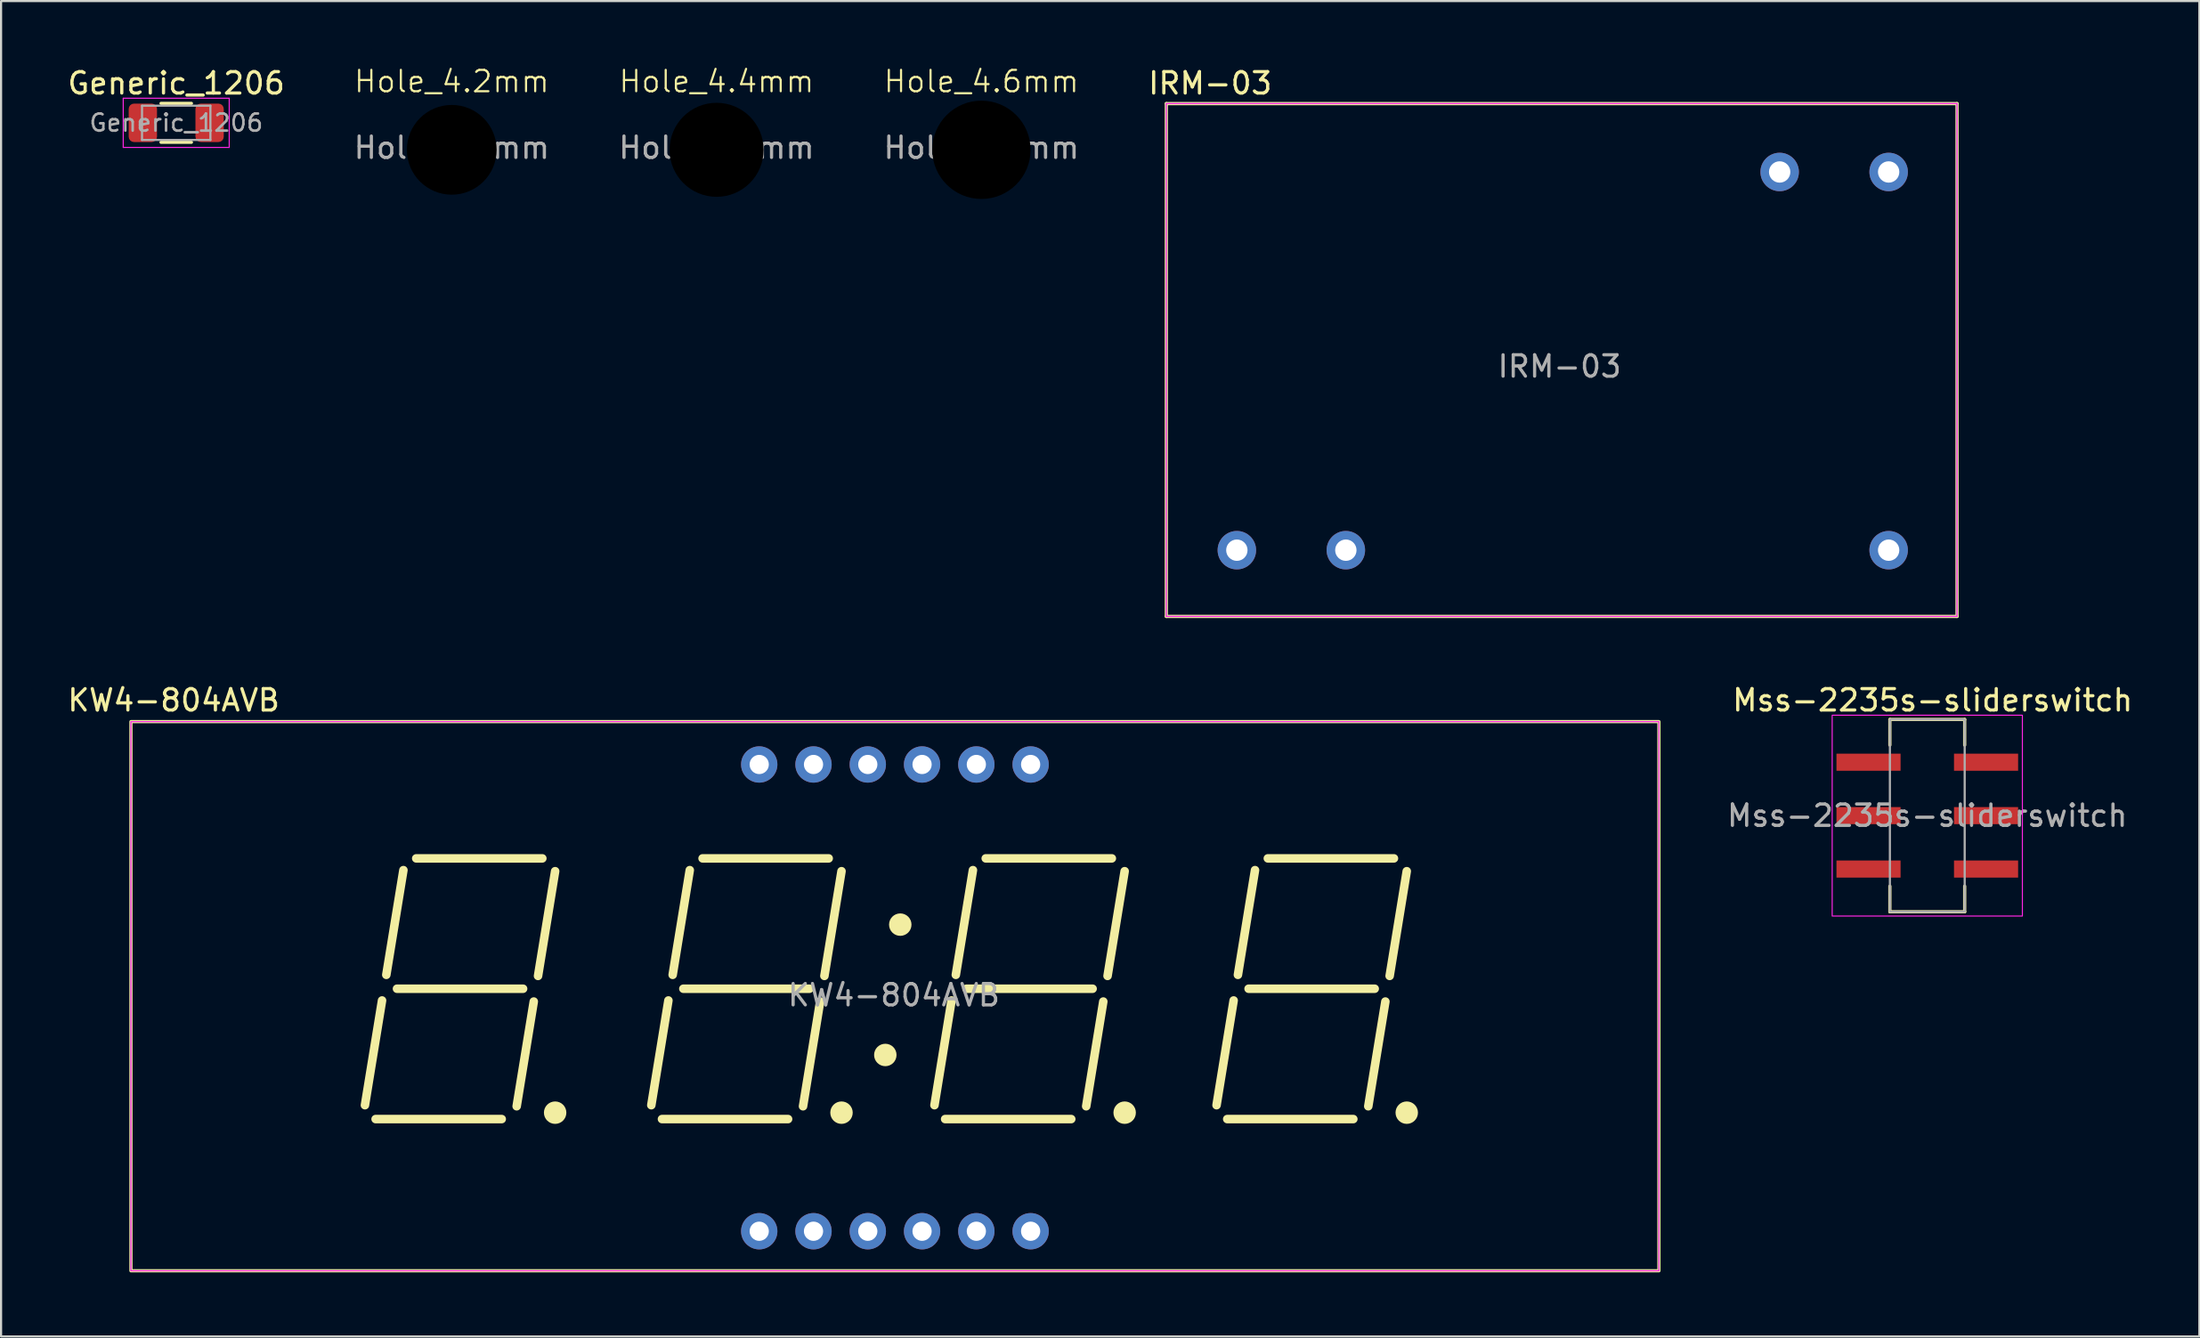
<source format=kicad_pcb>
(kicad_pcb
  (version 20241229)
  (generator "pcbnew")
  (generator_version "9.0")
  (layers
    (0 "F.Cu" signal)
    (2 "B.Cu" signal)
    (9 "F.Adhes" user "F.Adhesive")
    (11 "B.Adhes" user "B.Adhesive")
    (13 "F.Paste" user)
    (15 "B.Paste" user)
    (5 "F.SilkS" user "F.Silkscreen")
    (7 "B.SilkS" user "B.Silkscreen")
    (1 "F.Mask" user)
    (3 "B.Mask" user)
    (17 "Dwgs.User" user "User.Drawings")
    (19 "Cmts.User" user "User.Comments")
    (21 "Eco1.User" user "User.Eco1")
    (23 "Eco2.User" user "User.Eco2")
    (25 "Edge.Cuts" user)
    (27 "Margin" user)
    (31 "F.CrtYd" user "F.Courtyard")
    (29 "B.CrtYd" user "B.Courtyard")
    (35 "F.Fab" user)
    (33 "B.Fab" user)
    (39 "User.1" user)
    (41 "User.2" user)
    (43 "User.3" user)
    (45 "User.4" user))
  (footprint "Hole_4.6mm"
    (layer "F.Cu")
    (at 42.875 3.961)
    (property "Reference" "Hole_4.6mm" (at 0 -3.2 0) (unlocked yes) (layer "F.SilkS") (effects (font (size 1 1) (thickness 0.1))))
    (fp_text user "${REFERENCE}" (at 0 -0.1 0) (unlocked yes) (layer "F.Fab") (effects (font (size 1 1) (thickness 0.15))))
    (pad "" np_thru_hole circle (at 0 0) (size 4.8 4.8) (drill 4.6) (layers "*.Mask")))
  (footprint "Generic_1206"
    (layer "F.Cu")
    (at 5.196 2.698)
    (property "Reference" "Generic_1206" (at 0 -1.85 0) (layer "F.SilkS") (effects (font (size 1 1) (thickness 0.15))))
    (attr smd)
    (fp_line (start -0.711 -0.91) (end 0.711 -0.91) (stroke (width 0.15) (type solid)) (layer "F.SilkS"))
    (fp_line (start -0.711 0.91) (end 0.711 0.91) (stroke (width 0.15) (type solid)) (layer "F.SilkS"))
    (fp_line (start -2.48 -1.15) (end 2.48 -1.15) (stroke (width 0.05) (type solid)) (layer "F.CrtYd"))
    (fp_line (start -2.48 1.15) (end -2.48 -1.15) (stroke (width 0.05) (type solid)) (layer "F.CrtYd"))
    (fp_line (start 2.48 -1.15) (end 2.48 1.15) (stroke (width 0.05) (type solid)) (layer "F.CrtYd"))
    (fp_line (start 2.48 1.15) (end -2.48 1.15) (stroke (width 0.05) (type solid)) (layer "F.CrtYd"))
    (fp_line (start -1.6 -0.8) (end 1.6 -0.8) (stroke (width 0.1) (type solid)) (layer "F.Fab"))
    (fp_line (start -1.6 0.8) (end -1.6 -0.8) (stroke (width 0.1) (type solid)) (layer "F.Fab"))
    (fp_line (start 1.6 -0.8) (end 1.6 0.8) (stroke (width 0.1) (type solid)) (layer "F.Fab"))
    (fp_line (start 1.6 0.8) (end -1.6 0.8) (stroke (width 0.1) (type solid)) (layer "F.Fab"))
    (fp_text user "${REFERENCE}" (at 0 0 0) (layer "F.Fab") (effects (font (size 0.8 0.8) (thickness 0.12))))
    (pad "1" smd roundrect (at -1.562 0) (size 1.325 1.8) (layers "F.Cu" "F.Mask" "F.Paste") (roundrect_rratio 0.189))
    (pad "2" smd roundrect (at 1.562 0) (size 1.325 1.8) (layers "F.Cu" "F.Mask" "F.Paste") (roundrect_rratio 0.189)))
  (footprint "IRM-03"
    (layer "F.Cu")
    (at 70.027 13.798)
    (property "Reference" "IRM-03" (at -16.45 -12.95 0) (unlocked yes) (layer "F.SilkS") (effects (font (size 1 1) (thickness 0.15))))
    (attr through_hole)
    (fp_line (start -18.5 -12) (end 18.5 -12) (stroke (width 0.15) (type default)) (layer "F.SilkS"))
    (fp_line (start -18.5 12) (end -18.5 -12) (stroke (width 0.15) (type default)) (layer "F.SilkS"))
    (fp_line (start 18.5 -12) (end 18.5 12) (stroke (width 0.15) (type default)) (layer "F.SilkS"))
    (fp_line (start 18.5 12) (end -18.5 12) (stroke (width 0.15) (type default)) (layer "F.SilkS"))
    (fp_line (start -18.5 -12) (end 18.5 -12) (stroke (width 0.05) (type default)) (layer "F.CrtYd"))
    (fp_line (start -18.5 12) (end -18.5 -12) (stroke (width 0.05) (type default)) (layer "F.CrtYd"))
    (fp_line (start 18.5 -12) (end 18.5 12) (stroke (width 0.05) (type default)) (layer "F.CrtYd"))
    (fp_line (start 18.5 12) (end -18.5 12) (stroke (width 0.05) (type default)) (layer "F.CrtYd"))
    (fp_line (start -18.5 -12) (end 18.5 -12) (stroke (width 0.05) (type default)) (layer "F.Fab"))
    (fp_line (start -18.5 12) (end -18.5 -12) (stroke (width 0.05) (type default)) (layer "F.Fab"))
    (fp_line (start 18.5 -12) (end 18.5 12) (stroke (width 0.05) (type default)) (layer "F.Fab"))
    (fp_line (start 18.5 12) (end -18.5 12) (stroke (width 0.05) (type default)) (layer "F.Fab"))
    (fp_text user "${REFERENCE}" (at -0.1 0.3 0) (unlocked yes) (layer "F.Fab") (effects (font (size 1 1) (thickness 0.15))))
    (pad "1" thru_hole circle (at -15.2 8.9) (size 1.8 1.8) (drill 1) (layers "*.Cu" "*.Mask"))
    (pad "2" thru_hole circle (at -10.1 8.9) (size 1.8 1.8) (drill 1) (layers "*.Cu" "*.Mask"))
    (pad "3" thru_hole circle (at 10.2 -8.8) (size 1.8 1.8) (drill 1) (layers "*.Cu" "*.Mask"))
    (pad "4" thru_hole circle (at 15.3 -8.8) (size 1.8 1.8) (drill 1) (layers "*.Cu" "*.Mask"))
    (pad "5" thru_hole circle (at 15.3 8.9) (size 1.8 1.8) (drill 1) (layers "*.Cu" "*.Mask")))
  (footprint "Hole_4.2mm"
    (layer "F.Cu")
    (at 18.089 3.961)
    (property "Reference" "Hole_4.2mm" (at 0 -3.2 0) (unlocked yes) (layer "F.SilkS") (effects (font (size 1 1) (thickness 0.1))))
    (fp_text user "${REFERENCE}" (at 0 -0.1 0) (unlocked yes) (layer "F.Fab") (effects (font (size 1 1) (thickness 0.15))))
    (pad "" np_thru_hole circle (at 0 0) (size 4.4 4.4) (drill 4.2) (layers "*.Mask")))
  (footprint "Mss-2235s-sliderswitch"
    (layer "F.Cu")
    (at 87.135 35.121)
    (property "Reference" "Mss-2235s-sliderswitch" (at 0.25 -5.4 0) (unlocked yes) (layer "F.SilkS") (effects (font (size 1 1) (thickness 0.15))))
    (attr smd)
    (fp_line (start -1.75 -4.5) (end 1.75 -4.5) (stroke (width 0.15) (type default)) (layer "F.SilkS"))
    (fp_line (start -1.75 -3.3) (end -1.75 -4.5) (stroke (width 0.15) (type default)) (layer "F.SilkS"))
    (fp_line (start -1.75 3.3) (end -1.75 4.5) (stroke (width 0.15) (type default)) (layer "F.SilkS"))
    (fp_line (start -1.75 4.5) (end 1.75 4.5) (stroke (width 0.15) (type default)) (layer "F.SilkS"))
    (fp_line (start 1.75 -4.5) (end 1.75 -3.3) (stroke (width 0.15) (type default)) (layer "F.SilkS"))
    (fp_line (start 1.75 4.5) (end 1.75 3.3) (stroke (width 0.15) (type default)) (layer "F.SilkS"))
    (fp_rect (start -4.45 -4.7) (end 4.45 4.7) (stroke (width 0.05) (type default)) (fill no) (layer "F.CrtYd"))
    (fp_rect (start -1.75 -4.5) (end 1.75 4.5) (stroke (width 0.1) (type default)) (fill no) (layer "F.Fab"))
    (fp_text user "${REFERENCE}" (at 0 0 0) (unlocked yes) (layer "F.Fab") (effects (font (size 1 1) (thickness 0.15))))
    (pad "1" smd rect (at -2.75 -2.5) (size 3 0.8) (layers "F.Cu" "F.Mask" "F.Paste"))
    (pad "2" smd rect (at -2.75 0) (size 3 0.8) (layers "F.Cu" "F.Mask" "F.Paste"))
    (pad "3" smd rect (at -2.75 2.5) (size 3 0.8) (layers "F.Cu" "F.Mask" "F.Paste"))
    (pad "4" smd rect (at 2.75 2.5) (size 3 0.8) (layers "F.Cu" "F.Mask" "F.Paste"))
    (pad "5" smd rect (at 2.75 0) (size 3 0.8) (layers "F.Cu" "F.Mask" "F.Paste"))
    (pad "6" smd rect (at 2.75 -2.5) (size 3 0.8) (layers "F.Cu" "F.Mask" "F.Paste")))
  (footprint "KW4-804AVB"
    (layer "F.Cu")
    (at 38.777 43.522)
    (property "Reference" "KW4-804AVB" (at -33.7 -13.8 0) (unlocked yes) (layer "F.SilkS") (effects (font (size 1 1) (thickness 0.15))))
    (attr through_hole)
    (fp_line (start -24.25 5.8) (end -18.35 5.8) (stroke (width 0.4) (type default)) (layer "F.SilkS"))
    (fp_line (start -23.95 0.25) (end -24.75 5.15) (stroke (width 0.4) (type default)) (layer "F.SilkS"))
    (fp_line (start -23.25 -0.3) (end -17.35 -0.3) (stroke (width 0.4) (type default)) (layer "F.SilkS"))
    (fp_line (start -22.95 -5.85) (end -23.75 -0.95) (stroke (width 0.4) (type default)) (layer "F.SilkS"))
    (fp_line (start -22.35 -6.4) (end -16.45 -6.4) (stroke (width 0.4) (type default)) (layer "F.SilkS"))
    (fp_line (start -16.85 0.3) (end -17.65 5.2) (stroke (width 0.4) (type default)) (layer "F.SilkS"))
    (fp_line (start -15.85 -5.8) (end -16.65 -0.9) (stroke (width 0.4) (type default)) (layer "F.SilkS"))
    (fp_line (start -10.85 5.8) (end -4.95 5.8) (stroke (width 0.4) (type default)) (layer "F.SilkS"))
    (fp_line (start -10.55 0.25) (end -11.35 5.15) (stroke (width 0.4) (type default)) (layer "F.SilkS"))
    (fp_line (start -9.85 -0.3) (end -3.95 -0.3) (stroke (width 0.4) (type default)) (layer "F.SilkS"))
    (fp_line (start -9.55 -5.85) (end -10.35 -0.95) (stroke (width 0.4) (type default)) (layer "F.SilkS"))
    (fp_line (start -8.95 -6.4) (end -3.05 -6.4) (stroke (width 0.4) (type default)) (layer "F.SilkS"))
    (fp_line (start -3.45 0.3) (end -4.25 5.2) (stroke (width 0.4) (type default)) (layer "F.SilkS"))
    (fp_line (start -2.45 -5.8) (end -3.25 -0.9) (stroke (width 0.4) (type default)) (layer "F.SilkS"))
    (fp_line (start 2.4 5.8) (end 8.3 5.8) (stroke (width 0.4) (type default)) (layer "F.SilkS"))
    (fp_line (start 2.7 0.25) (end 1.9 5.15) (stroke (width 0.4) (type default)) (layer "F.SilkS"))
    (fp_line (start 3.4 -0.3) (end 9.3 -0.3) (stroke (width 0.4) (type default)) (layer "F.SilkS"))
    (fp_line (start 3.7 -5.85) (end 2.9 -0.95) (stroke (width 0.4) (type default)) (layer "F.SilkS"))
    (fp_line (start 4.3 -6.4) (end 10.2 -6.4) (stroke (width 0.4) (type default)) (layer "F.SilkS"))
    (fp_line (start 9.8 0.3) (end 9 5.2) (stroke (width 0.4) (type default)) (layer "F.SilkS"))
    (fp_line (start 10.8 -5.8) (end 10 -0.9) (stroke (width 0.4) (type default)) (layer "F.SilkS"))
    (fp_line (start 15.6 5.8) (end 21.5 5.8) (stroke (width 0.4) (type default)) (layer "F.SilkS"))
    (fp_line (start 15.9 0.25) (end 15.1 5.15) (stroke (width 0.4) (type default)) (layer "F.SilkS"))
    (fp_line (start 16.6 -0.3) (end 22.5 -0.3) (stroke (width 0.4) (type default)) (layer "F.SilkS"))
    (fp_line (start 16.9 -5.85) (end 16.1 -0.95) (stroke (width 0.4) (type default)) (layer "F.SilkS"))
    (fp_line (start 17.5 -6.4) (end 23.4 -6.4) (stroke (width 0.4) (type default)) (layer "F.SilkS"))
    (fp_line (start 23 0.3) (end 22.2 5.2) (stroke (width 0.4) (type default)) (layer "F.SilkS"))
    (fp_line (start 24 -5.8) (end 23.2 -0.9) (stroke (width 0.4) (type default)) (layer "F.SilkS"))
    (fp_rect (start -35.7 -12.8) (end 35.8 12.9) (stroke (width 0.15) (type default)) (fill no) (layer "F.SilkS"))
    (fp_circle (center -15.85 5.5) (end -15.35 5.5) (stroke (width 0.05) (type solid)) (fill yes) (layer "F.SilkS"))
    (fp_circle (center -2.45 5.5) (end -1.95 5.5) (stroke (width 0.05) (type solid)) (fill yes) (layer "F.SilkS"))
    (fp_circle (center -0.4 2.8) (end 0.1 2.8) (stroke (width 0.05) (type solid)) (fill yes) (layer "F.SilkS"))
    (fp_circle (center 0.3 -3.3) (end 0.8 -3.3) (stroke (width 0.05) (type solid)) (fill yes) (layer "F.SilkS"))
    (fp_circle (center 10.8 5.5) (end 11.3 5.5) (stroke (width 0.05) (type solid)) (fill yes) (layer "F.SilkS"))
    (fp_circle (center 24 5.5) (end 24.5 5.5) (stroke (width 0.05) (type solid)) (fill yes) (layer "F.SilkS"))
    (fp_rect (start -35.7 -12.8) (end 35.8 12.9) (stroke (width 0.05) (type default)) (fill no) (layer "F.CrtYd"))
    (fp_rect (start -35.7 -12.8) (end 35.8 12.9) (stroke (width 0.05) (type default)) (fill no) (layer "F.Fab"))
    (fp_text user "${REFERENCE}" (at 0 0 0) (unlocked yes) (layer "F.Fab") (effects (font (size 1 1) (thickness 0.15))))
    (pad "1" thru_hole circle (at -6.3 11.049) (size 1.7 1.7) (drill 0.9) (layers "*.Cu" "*.Mask"))
    (pad "2" thru_hole circle (at -3.76 11.049) (size 1.7 1.7) (drill 0.9) (layers "*.Cu" "*.Mask"))
    (pad "3" thru_hole circle (at -1.22 11.049) (size 1.7 1.7) (drill 0.9) (layers "*.Cu" "*.Mask"))
    (pad "4" thru_hole circle (at 1.32 11.049) (size 1.7 1.7) (drill 0.9) (layers "*.Cu" "*.Mask"))
    (pad "5" thru_hole circle (at 3.86 11.049) (size 1.7 1.7) (drill 0.9) (layers "*.Cu" "*.Mask"))
    (pad "6" thru_hole circle (at 6.4 11.049) (size 1.7 1.7) (drill 0.9) (layers "*.Cu" "*.Mask"))
    (pad "7" thru_hole circle (at 6.4 -10.795) (size 1.7 1.7) (drill 0.9) (layers "*.Cu" "*.Mask"))
    (pad "8" thru_hole circle (at 3.86 -10.795) (size 1.7 1.7) (drill 0.9) (layers "*.Cu" "*.Mask"))
    (pad "9" thru_hole circle (at 1.32 -10.795) (size 1.7 1.7) (drill 0.9) (layers "*.Cu" "*.Mask"))
    (pad "10" thru_hole circle (at -1.22 -10.795) (size 1.7 1.7) (drill 0.9) (layers "*.Cu" "*.Mask"))
    (pad "11" thru_hole circle (at -3.76 -10.795) (size 1.7 1.7) (drill 0.9) (layers "*.Cu" "*.Mask"))
    (pad "12" thru_hole circle (at -6.3 -10.795) (size 1.7 1.7) (drill 0.9) (layers "*.Cu" "*.Mask")))
  (footprint "Hole_4.4mm"
    (layer "F.Cu")
    (at 30.482 3.961)
    (property "Reference" "Hole_4.4mm" (at 0 -3.2 0) (unlocked yes) (layer "F.SilkS") (effects (font (size 1 1) (thickness 0.1))))
    (fp_text user "${REFERENCE}" (at 0 -0.1 0) (unlocked yes) (layer "F.Fab") (effects (font (size 1 1) (thickness 0.15))))
    (pad "" np_thru_hole circle (at 0 0) (size 4.6 4.6) (drill 4.4) (layers "*.Mask")))
  (gr_rect
    (start -3 -3)
    (end 99.867 59.496)
    (stroke (width 0.1) (type default))
    (fill no)
    (layer "Edge.Cuts")))
</source>
